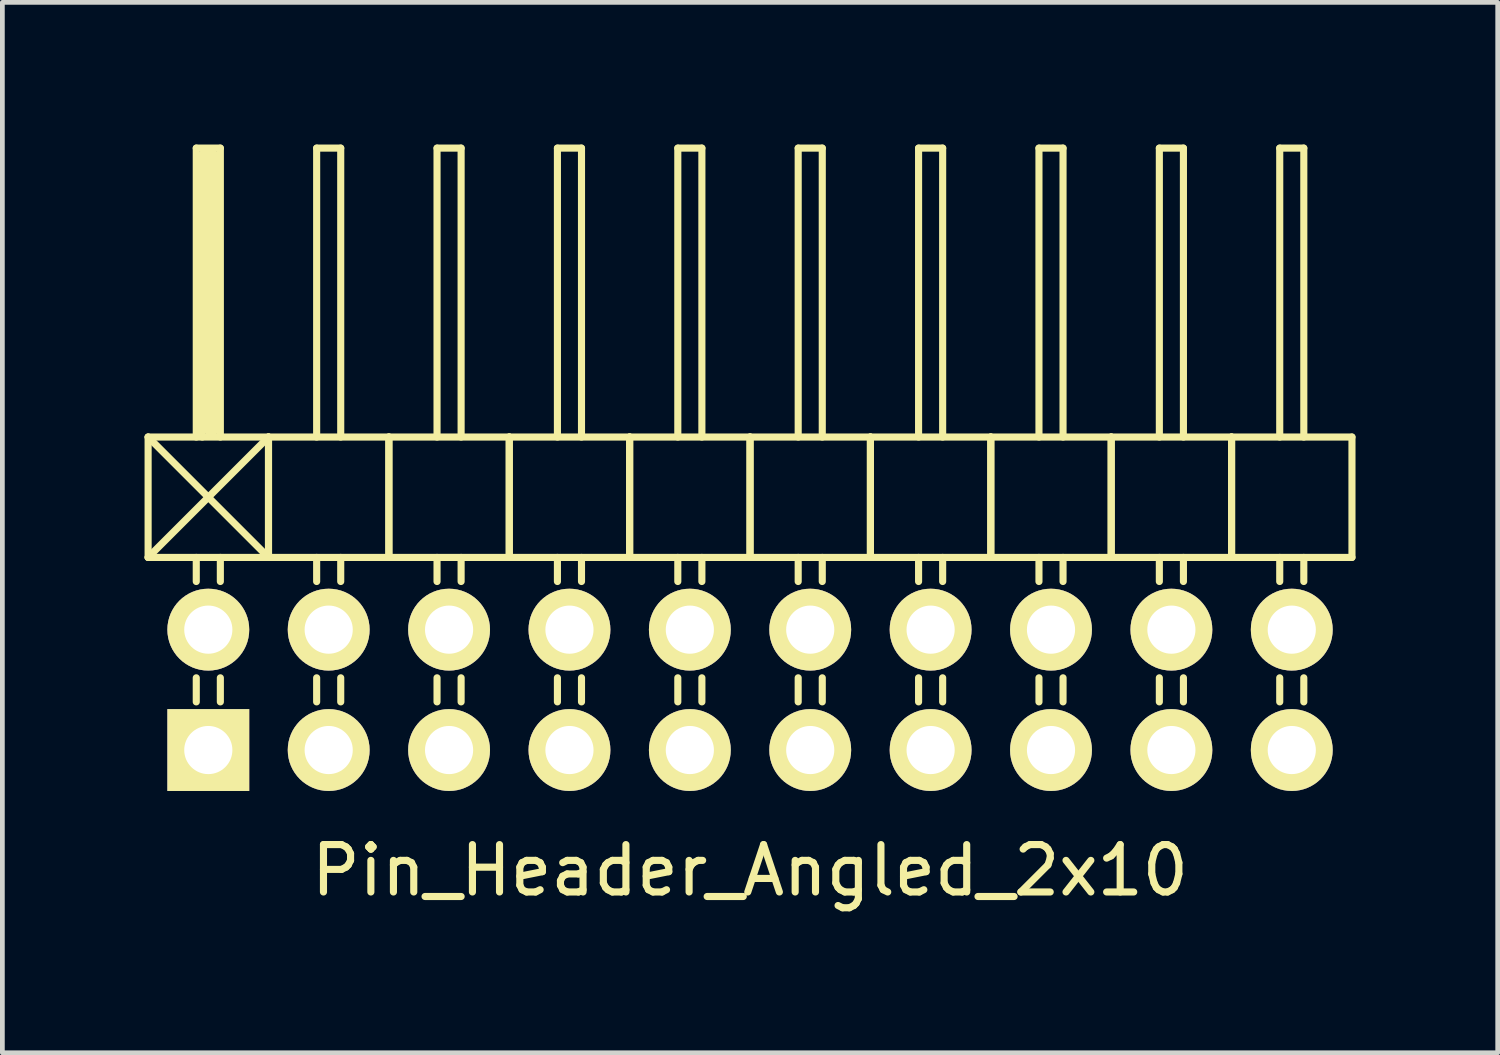
<source format=kicad_pcb>
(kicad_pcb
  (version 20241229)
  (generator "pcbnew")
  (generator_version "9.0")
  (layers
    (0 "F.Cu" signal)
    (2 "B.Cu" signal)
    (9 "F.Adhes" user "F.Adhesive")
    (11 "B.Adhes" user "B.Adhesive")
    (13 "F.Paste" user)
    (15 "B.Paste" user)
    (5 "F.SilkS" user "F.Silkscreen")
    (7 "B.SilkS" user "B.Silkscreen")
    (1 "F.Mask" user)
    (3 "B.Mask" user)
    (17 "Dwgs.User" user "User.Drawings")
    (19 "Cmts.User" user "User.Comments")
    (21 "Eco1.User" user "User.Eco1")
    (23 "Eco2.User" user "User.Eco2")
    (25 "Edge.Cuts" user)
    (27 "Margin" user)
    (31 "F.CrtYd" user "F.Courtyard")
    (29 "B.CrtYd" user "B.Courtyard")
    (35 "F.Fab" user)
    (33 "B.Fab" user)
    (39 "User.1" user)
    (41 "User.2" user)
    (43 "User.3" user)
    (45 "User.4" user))
  (footprint "Pin_Header_Angled_2x10"
    (layer "F.Cu")
    (at 12.775 11.505)
    (property "Reference" "Pin_Header_Angled_2x10" (at 0 3.81 0) (layer "F.SilkS") (effects (font (size 1 1) (thickness 0.15))))
    (attr through_hole)
    (fp_line (start -12.7 -5.334) (end -10.16 -2.794) (stroke (width 0.15) (type solid)) (layer "F.SilkS"))
    (fp_line (start -12.7 -2.794) (end -12.7 -5.334) (stroke (width 0.15) (type solid)) (layer "F.SilkS"))
    (fp_line (start -12.7 -2.794) (end -10.16 -5.334) (stroke (width 0.15) (type solid)) (layer "F.SilkS"))
    (fp_line (start -12.7 -2.794) (end -10.16 -2.794) (stroke (width 0.15) (type solid)) (layer "F.SilkS"))
    (fp_line (start -11.684 -11.43) (end -11.176 -11.43) (stroke (width 0.15) (type solid)) (layer "F.SilkS"))
    (fp_line (start -11.684 -5.334) (end -11.684 -11.43) (stroke (width 0.15) (type solid)) (layer "F.SilkS"))
    (fp_line (start -11.684 -2.794) (end -11.684 -2.286) (stroke (width 0.15) (type solid)) (layer "F.SilkS"))
    (fp_line (start -11.684 -0.254) (end -11.684 0.254) (stroke (width 0.15) (type solid)) (layer "F.SilkS"))
    (fp_line (start -11.557 -11.303) (end -11.303 -11.303) (stroke (width 0.15) (type solid)) (layer "F.SilkS"))
    (fp_line (start -11.557 -5.334) (end -11.557 -11.303) (stroke (width 0.15) (type solid)) (layer "F.SilkS"))
    (fp_line (start -11.43 -5.461) (end -11.43 -11.303) (stroke (width 0.15) (type solid)) (layer "F.SilkS"))
    (fp_line (start -11.303 -11.303) (end -11.303 -5.461) (stroke (width 0.15) (type solid)) (layer "F.SilkS"))
    (fp_line (start -11.303 -5.461) (end -11.43 -5.461) (stroke (width 0.15) (type solid)) (layer "F.SilkS"))
    (fp_line (start -11.176 -11.43) (end -11.176 -5.334) (stroke (width 0.15) (type solid)) (layer "F.SilkS"))
    (fp_line (start -11.176 -2.794) (end -11.176 -2.286) (stroke (width 0.15) (type solid)) (layer "F.SilkS"))
    (fp_line (start -11.176 -0.254) (end -11.176 0.254) (stroke (width 0.15) (type solid)) (layer "F.SilkS"))
    (fp_line (start -10.16 -5.334) (end -12.7 -5.334) (stroke (width 0.15) (type solid)) (layer "F.SilkS"))
    (fp_line (start -10.16 -2.794) (end -10.16 -5.334) (stroke (width 0.15) (type solid)) (layer "F.SilkS"))
    (fp_line (start -10.16 -2.794) (end -10.16 -5.334) (stroke (width 0.15) (type solid)) (layer "F.SilkS"))
    (fp_line (start -10.16 -2.794) (end -7.62 -2.794) (stroke (width 0.15) (type solid)) (layer "F.SilkS"))
    (fp_line (start -9.144 -11.43) (end -8.636 -11.43) (stroke (width 0.15) (type solid)) (layer "F.SilkS"))
    (fp_line (start -9.144 -5.334) (end -9.144 -11.43) (stroke (width 0.15) (type solid)) (layer "F.SilkS"))
    (fp_line (start -9.144 -2.794) (end -9.144 -2.286) (stroke (width 0.15) (type solid)) (layer "F.SilkS"))
    (fp_line (start -9.144 -0.254) (end -9.144 0.254) (stroke (width 0.15) (type solid)) (layer "F.SilkS"))
    (fp_line (start -8.636 -11.43) (end -8.636 -5.334) (stroke (width 0.15) (type solid)) (layer "F.SilkS"))
    (fp_line (start -8.636 -2.794) (end -8.636 -2.286) (stroke (width 0.15) (type solid)) (layer "F.SilkS"))
    (fp_line (start -8.636 -0.254) (end -8.636 0.254) (stroke (width 0.15) (type solid)) (layer "F.SilkS"))
    (fp_line (start -7.62 -5.334) (end -10.16 -5.334) (stroke (width 0.15) (type solid)) (layer "F.SilkS"))
    (fp_line (start -7.62 -2.794) (end -7.62 -5.334) (stroke (width 0.15) (type solid)) (layer "F.SilkS"))
    (fp_line (start -7.62 -2.794) (end -7.62 -5.334) (stroke (width 0.15) (type solid)) (layer "F.SilkS"))
    (fp_line (start -7.62 -2.794) (end -5.08 -2.794) (stroke (width 0.15) (type solid)) (layer "F.SilkS"))
    (fp_line (start -6.604 -11.43) (end -6.096 -11.43) (stroke (width 0.15) (type solid)) (layer "F.SilkS"))
    (fp_line (start -6.604 -5.334) (end -6.604 -11.43) (stroke (width 0.15) (type solid)) (layer "F.SilkS"))
    (fp_line (start -6.604 -2.794) (end -6.604 -2.286) (stroke (width 0.15) (type solid)) (layer "F.SilkS"))
    (fp_line (start -6.604 -0.254) (end -6.604 0.254) (stroke (width 0.15) (type solid)) (layer "F.SilkS"))
    (fp_line (start -6.096 -11.43) (end -6.096 -5.334) (stroke (width 0.15) (type solid)) (layer "F.SilkS"))
    (fp_line (start -6.096 -2.794) (end -6.096 -2.286) (stroke (width 0.15) (type solid)) (layer "F.SilkS"))
    (fp_line (start -6.096 -0.254) (end -6.096 0.254) (stroke (width 0.15) (type solid)) (layer "F.SilkS"))
    (fp_line (start -5.08 -5.334) (end -7.62 -5.334) (stroke (width 0.15) (type solid)) (layer "F.SilkS"))
    (fp_line (start -5.08 -2.794) (end -5.08 -5.334) (stroke (width 0.15) (type solid)) (layer "F.SilkS"))
    (fp_line (start -5.08 -2.794) (end -5.08 -5.334) (stroke (width 0.15) (type solid)) (layer "F.SilkS"))
    (fp_line (start -5.08 -2.794) (end -2.54 -2.794) (stroke (width 0.15) (type solid)) (layer "F.SilkS"))
    (fp_line (start -4.064 -11.43) (end -3.556 -11.43) (stroke (width 0.15) (type solid)) (layer "F.SilkS"))
    (fp_line (start -4.064 -5.334) (end -4.064 -11.43) (stroke (width 0.15) (type solid)) (layer "F.SilkS"))
    (fp_line (start -4.064 -2.794) (end -4.064 -2.286) (stroke (width 0.15) (type solid)) (layer "F.SilkS"))
    (fp_line (start -4.064 -0.254) (end -4.064 0.254) (stroke (width 0.15) (type solid)) (layer "F.SilkS"))
    (fp_line (start -3.556 -11.43) (end -3.556 -5.334) (stroke (width 0.15) (type solid)) (layer "F.SilkS"))
    (fp_line (start -3.556 -2.794) (end -3.556 -2.286) (stroke (width 0.15) (type solid)) (layer "F.SilkS"))
    (fp_line (start -3.556 -0.254) (end -3.556 0.254) (stroke (width 0.15) (type solid)) (layer "F.SilkS"))
    (fp_line (start -2.54 -5.334) (end -5.08 -5.334) (stroke (width 0.15) (type solid)) (layer "F.SilkS"))
    (fp_line (start -2.54 -2.794) (end -2.54 -5.334) (stroke (width 0.15) (type solid)) (layer "F.SilkS"))
    (fp_line (start -2.54 -2.794) (end -2.54 -5.334) (stroke (width 0.15) (type solid)) (layer "F.SilkS"))
    (fp_line (start -2.54 -2.794) (end 0 -2.794) (stroke (width 0.15) (type solid)) (layer "F.SilkS"))
    (fp_line (start -1.524 -11.43) (end -1.016 -11.43) (stroke (width 0.15) (type solid)) (layer "F.SilkS"))
    (fp_line (start -1.524 -5.334) (end -1.524 -11.43) (stroke (width 0.15) (type solid)) (layer "F.SilkS"))
    (fp_line (start -1.524 -2.794) (end -1.524 -2.286) (stroke (width 0.15) (type solid)) (layer "F.SilkS"))
    (fp_line (start -1.524 -0.254) (end -1.524 0.254) (stroke (width 0.15) (type solid)) (layer "F.SilkS"))
    (fp_line (start -1.016 -11.43) (end -1.016 -5.334) (stroke (width 0.15) (type solid)) (layer "F.SilkS"))
    (fp_line (start -1.016 -2.794) (end -1.016 -2.286) (stroke (width 0.15) (type solid)) (layer "F.SilkS"))
    (fp_line (start -1.016 -0.254) (end -1.016 0.254) (stroke (width 0.15) (type solid)) (layer "F.SilkS"))
    (fp_line (start 0 -5.334) (end -2.54 -5.334) (stroke (width 0.15) (type solid)) (layer "F.SilkS"))
    (fp_line (start 0 -2.794) (end 0 -5.334) (stroke (width 0.15) (type solid)) (layer "F.SilkS"))
    (fp_line (start 0 -2.794) (end 0 -5.334) (stroke (width 0.15) (type solid)) (layer "F.SilkS"))
    (fp_line (start 0 -2.794) (end 2.54 -2.794) (stroke (width 0.15) (type solid)) (layer "F.SilkS"))
    (fp_line (start 1.016 -11.43) (end 1.524 -11.43) (stroke (width 0.15) (type solid)) (layer "F.SilkS"))
    (fp_line (start 1.016 -5.334) (end 1.016 -11.43) (stroke (width 0.15) (type solid)) (layer "F.SilkS"))
    (fp_line (start 1.016 -2.794) (end 1.016 -2.286) (stroke (width 0.15) (type solid)) (layer "F.SilkS"))
    (fp_line (start 1.016 -0.254) (end 1.016 0.254) (stroke (width 0.15) (type solid)) (layer "F.SilkS"))
    (fp_line (start 1.524 -11.43) (end 1.524 -5.334) (stroke (width 0.15) (type solid)) (layer "F.SilkS"))
    (fp_line (start 1.524 -2.794) (end 1.524 -2.286) (stroke (width 0.15) (type solid)) (layer "F.SilkS"))
    (fp_line (start 1.524 -0.254) (end 1.524 0.254) (stroke (width 0.15) (type solid)) (layer "F.SilkS"))
    (fp_line (start 2.54 -5.334) (end 0 -5.334) (stroke (width 0.15) (type solid)) (layer "F.SilkS"))
    (fp_line (start 2.54 -2.794) (end 2.54 -5.334) (stroke (width 0.15) (type solid)) (layer "F.SilkS"))
    (fp_line (start 2.54 -2.794) (end 2.54 -5.334) (stroke (width 0.15) (type solid)) (layer "F.SilkS"))
    (fp_line (start 2.54 -2.794) (end 5.08 -2.794) (stroke (width 0.15) (type solid)) (layer "F.SilkS"))
    (fp_line (start 3.556 -11.43) (end 4.064 -11.43) (stroke (width 0.15) (type solid)) (layer "F.SilkS"))
    (fp_line (start 3.556 -5.334) (end 3.556 -11.43) (stroke (width 0.15) (type solid)) (layer "F.SilkS"))
    (fp_line (start 3.556 -2.794) (end 3.556 -2.286) (stroke (width 0.15) (type solid)) (layer "F.SilkS"))
    (fp_line (start 3.556 -0.254) (end 3.556 0.254) (stroke (width 0.15) (type solid)) (layer "F.SilkS"))
    (fp_line (start 4.064 -11.43) (end 4.064 -5.334) (stroke (width 0.15) (type solid)) (layer "F.SilkS"))
    (fp_line (start 4.064 -2.794) (end 4.064 -2.286) (stroke (width 0.15) (type solid)) (layer "F.SilkS"))
    (fp_line (start 4.064 -0.254) (end 4.064 0.254) (stroke (width 0.15) (type solid)) (layer "F.SilkS"))
    (fp_line (start 5.08 -5.334) (end 2.54 -5.334) (stroke (width 0.15) (type solid)) (layer "F.SilkS"))
    (fp_line (start 5.08 -2.794) (end 5.08 -5.334) (stroke (width 0.15) (type solid)) (layer "F.SilkS"))
    (fp_line (start 5.08 -2.794) (end 5.08 -5.334) (stroke (width 0.15) (type solid)) (layer "F.SilkS"))
    (fp_line (start 5.08 -2.794) (end 7.62 -2.794) (stroke (width 0.15) (type solid)) (layer "F.SilkS"))
    (fp_line (start 6.096 -11.43) (end 6.604 -11.43) (stroke (width 0.15) (type solid)) (layer "F.SilkS"))
    (fp_line (start 6.096 -5.334) (end 6.096 -11.43) (stroke (width 0.15) (type solid)) (layer "F.SilkS"))
    (fp_line (start 6.096 -2.794) (end 6.096 -2.286) (stroke (width 0.15) (type solid)) (layer "F.SilkS"))
    (fp_line (start 6.096 -0.254) (end 6.096 0.254) (stroke (width 0.15) (type solid)) (layer "F.SilkS"))
    (fp_line (start 6.604 -11.43) (end 6.604 -5.334) (stroke (width 0.15) (type solid)) (layer "F.SilkS"))
    (fp_line (start 6.604 -2.794) (end 6.604 -2.286) (stroke (width 0.15) (type solid)) (layer "F.SilkS"))
    (fp_line (start 6.604 -0.254) (end 6.604 0.254) (stroke (width 0.15) (type solid)) (layer "F.SilkS"))
    (fp_line (start 7.62 -5.334) (end 5.08 -5.334) (stroke (width 0.15) (type solid)) (layer "F.SilkS"))
    (fp_line (start 7.62 -2.794) (end 7.62 -5.334) (stroke (width 0.15) (type solid)) (layer "F.SilkS"))
    (fp_line (start 7.62 -2.794) (end 7.62 -5.334) (stroke (width 0.15) (type solid)) (layer "F.SilkS"))
    (fp_line (start 7.62 -2.794) (end 10.16 -2.794) (stroke (width 0.15) (type solid)) (layer "F.SilkS"))
    (fp_line (start 8.636 -11.43) (end 9.144 -11.43) (stroke (width 0.15) (type solid)) (layer "F.SilkS"))
    (fp_line (start 8.636 -5.334) (end 8.636 -11.43) (stroke (width 0.15) (type solid)) (layer "F.SilkS"))
    (fp_line (start 8.636 -2.794) (end 8.636 -2.286) (stroke (width 0.15) (type solid)) (layer "F.SilkS"))
    (fp_line (start 8.636 -0.254) (end 8.636 0.254) (stroke (width 0.15) (type solid)) (layer "F.SilkS"))
    (fp_line (start 9.144 -11.43) (end 9.144 -5.334) (stroke (width 0.15) (type solid)) (layer "F.SilkS"))
    (fp_line (start 9.144 -2.794) (end 9.144 -2.286) (stroke (width 0.15) (type solid)) (layer "F.SilkS"))
    (fp_line (start 9.144 -0.254) (end 9.144 0.254) (stroke (width 0.15) (type solid)) (layer "F.SilkS"))
    (fp_line (start 10.16 -5.334) (end 7.62 -5.334) (stroke (width 0.15) (type solid)) (layer "F.SilkS"))
    (fp_line (start 10.16 -2.794) (end 10.16 -5.334) (stroke (width 0.15) (type solid)) (layer "F.SilkS"))
    (fp_line (start 10.16 -2.794) (end 10.16 -5.334) (stroke (width 0.15) (type solid)) (layer "F.SilkS"))
    (fp_line (start 10.16 -2.794) (end 12.7 -2.794) (stroke (width 0.15) (type solid)) (layer "F.SilkS"))
    (fp_line (start 11.176 -11.43) (end 11.684 -11.43) (stroke (width 0.15) (type solid)) (layer "F.SilkS"))
    (fp_line (start 11.176 -5.334) (end 11.176 -11.43) (stroke (width 0.15) (type solid)) (layer "F.SilkS"))
    (fp_line (start 11.176 -2.794) (end 11.176 -2.286) (stroke (width 0.15) (type solid)) (layer "F.SilkS"))
    (fp_line (start 11.176 -0.254) (end 11.176 0.254) (stroke (width 0.15) (type solid)) (layer "F.SilkS"))
    (fp_line (start 11.684 -11.43) (end 11.684 -5.334) (stroke (width 0.15) (type solid)) (layer "F.SilkS"))
    (fp_line (start 11.684 -2.794) (end 11.684 -2.286) (stroke (width 0.15) (type solid)) (layer "F.SilkS"))
    (fp_line (start 11.684 -0.254) (end 11.684 0.254) (stroke (width 0.15) (type solid)) (layer "F.SilkS"))
    (fp_line (start 12.7 -5.334) (end 10.16 -5.334) (stroke (width 0.15) (type solid)) (layer "F.SilkS"))
    (fp_line (start 12.7 -2.794) (end 12.7 -5.334) (stroke (width 0.15) (type solid)) (layer "F.SilkS"))
    (pad "1" thru_hole rect (at -11.43 1.27) (size 1.727 1.727) (drill 1.016) (layers "*.Cu" "*.Mask" "F.SilkS"))
    (pad "2" thru_hole oval (at -11.43 -1.27) (size 1.727 1.727) (drill 1.016) (layers "*.Cu" "*.Mask" "F.SilkS"))
    (pad "3" thru_hole oval (at -8.89 1.27) (size 1.727 1.727) (drill 1.016) (layers "*.Cu" "*.Mask" "F.SilkS"))
    (pad "4" thru_hole oval (at -8.89 -1.27) (size 1.727 1.727) (drill 1.016) (layers "*.Cu" "*.Mask" "F.SilkS"))
    (pad "5" thru_hole oval (at -6.35 1.27) (size 1.727 1.727) (drill 1.016) (layers "*.Cu" "*.Mask" "F.SilkS"))
    (pad "6" thru_hole oval (at -6.35 -1.27) (size 1.727 1.727) (drill 1.016) (layers "*.Cu" "*.Mask" "F.SilkS"))
    (pad "7" thru_hole oval (at -3.81 1.27) (size 1.727 1.727) (drill 1.016) (layers "*.Cu" "*.Mask" "F.SilkS"))
    (pad "8" thru_hole oval (at -3.81 -1.27) (size 1.727 1.727) (drill 1.016) (layers "*.Cu" "*.Mask" "F.SilkS"))
    (pad "9" thru_hole oval (at -1.27 1.27) (size 1.727 1.727) (drill 1.016) (layers "*.Cu" "*.Mask" "F.SilkS"))
    (pad "10" thru_hole oval (at -1.27 -1.27) (size 1.727 1.727) (drill 1.016) (layers "*.Cu" "*.Mask" "F.SilkS"))
    (pad "11" thru_hole oval (at 1.27 1.27) (size 1.727 1.727) (drill 1.016) (layers "*.Cu" "*.Mask" "F.SilkS"))
    (pad "12" thru_hole oval (at 1.27 -1.27) (size 1.727 1.727) (drill 1.016) (layers "*.Cu" "*.Mask" "F.SilkS"))
    (pad "13" thru_hole oval (at 3.81 1.27) (size 1.727 1.727) (drill 1.016) (layers "*.Cu" "*.Mask" "F.SilkS"))
    (pad "14" thru_hole oval (at 3.81 -1.27) (size 1.727 1.727) (drill 1.016) (layers "*.Cu" "*.Mask" "F.SilkS"))
    (pad "15" thru_hole oval (at 6.35 1.27) (size 1.727 1.727) (drill 1.016) (layers "*.Cu" "*.Mask" "F.SilkS"))
    (pad "16" thru_hole oval (at 6.35 -1.27) (size 1.727 1.727) (drill 1.016) (layers "*.Cu" "*.Mask" "F.SilkS"))
    (pad "17" thru_hole oval (at 8.89 1.27) (size 1.727 1.727) (drill 1.016) (layers "*.Cu" "*.Mask" "F.SilkS"))
    (pad "18" thru_hole oval (at 8.89 -1.27) (size 1.727 1.727) (drill 1.016) (layers "*.Cu" "*.Mask" "F.SilkS"))
    (pad "19" thru_hole oval (at 11.43 1.27) (size 1.727 1.727) (drill 1.016) (layers "*.Cu" "*.Mask" "F.SilkS"))
    (pad "20" thru_hole oval (at 11.43 -1.27) (size 1.727 1.727) (drill 1.016) (layers "*.Cu" "*.Mask" "F.SilkS")))
  (gr_rect
    (start -3 -3)
    (end 28.55 19.163)
    (stroke (width 0.1) (type default))
    (fill no)
    (layer "Edge.Cuts")))
</source>
